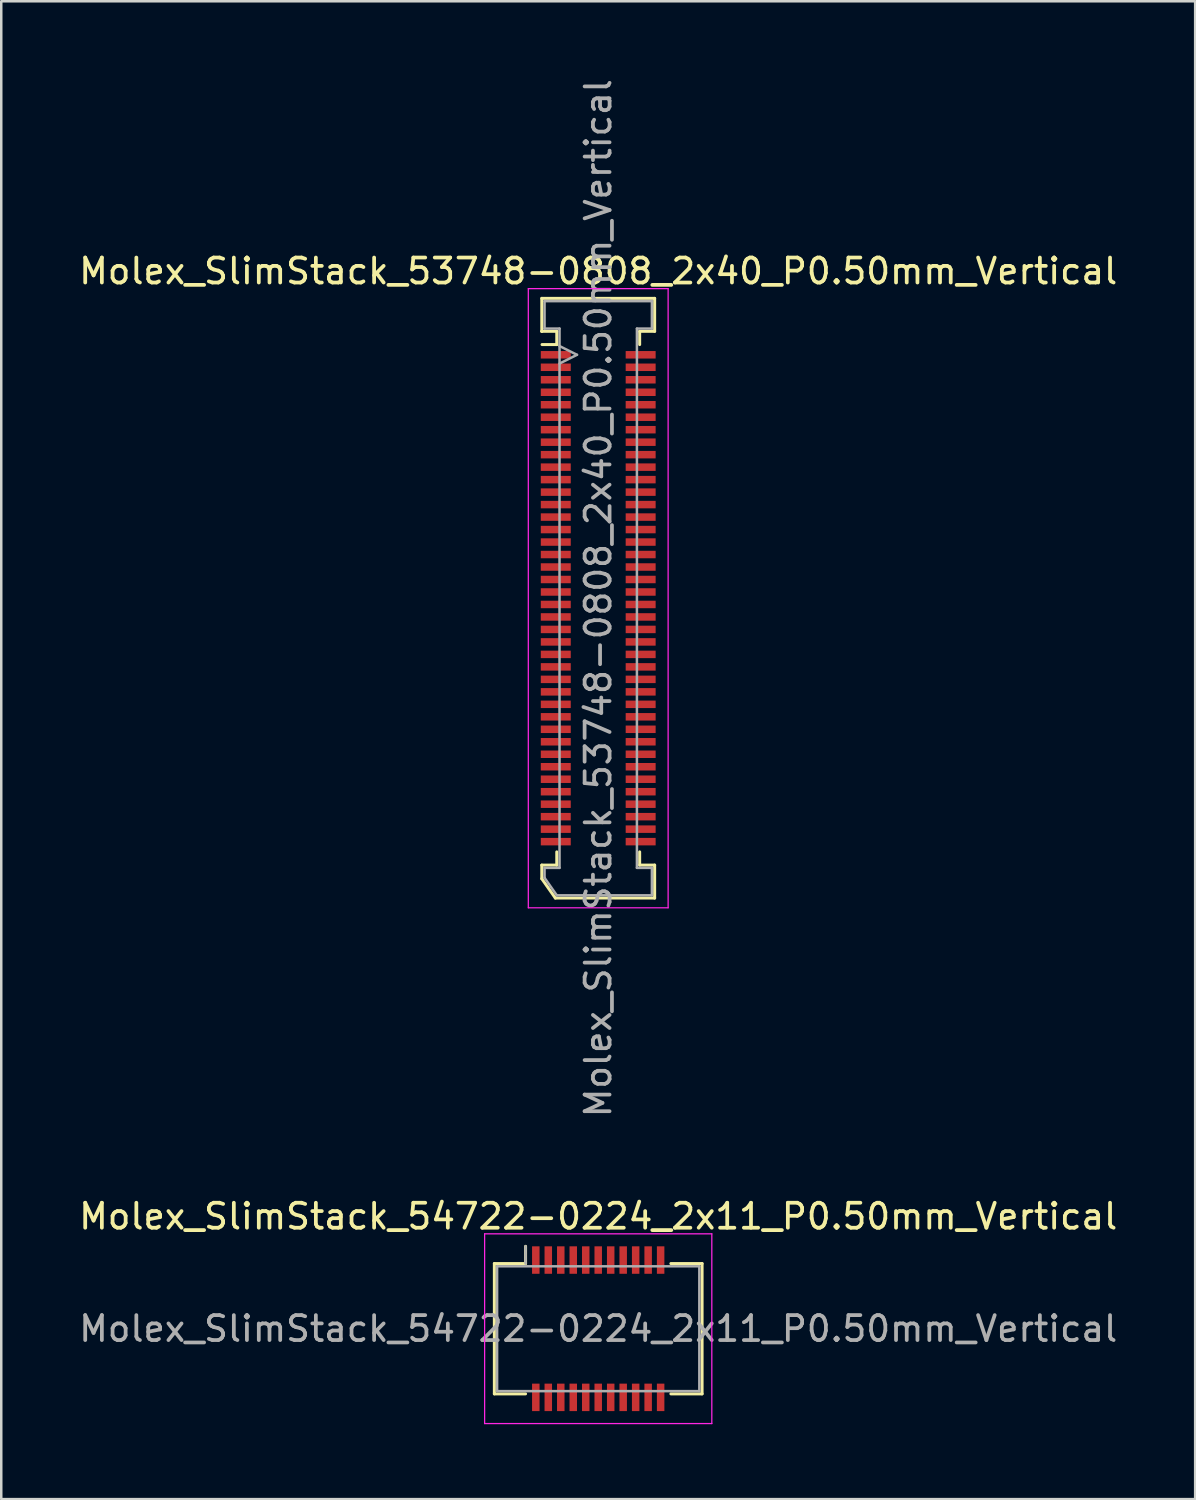
<source format=kicad_pcb>
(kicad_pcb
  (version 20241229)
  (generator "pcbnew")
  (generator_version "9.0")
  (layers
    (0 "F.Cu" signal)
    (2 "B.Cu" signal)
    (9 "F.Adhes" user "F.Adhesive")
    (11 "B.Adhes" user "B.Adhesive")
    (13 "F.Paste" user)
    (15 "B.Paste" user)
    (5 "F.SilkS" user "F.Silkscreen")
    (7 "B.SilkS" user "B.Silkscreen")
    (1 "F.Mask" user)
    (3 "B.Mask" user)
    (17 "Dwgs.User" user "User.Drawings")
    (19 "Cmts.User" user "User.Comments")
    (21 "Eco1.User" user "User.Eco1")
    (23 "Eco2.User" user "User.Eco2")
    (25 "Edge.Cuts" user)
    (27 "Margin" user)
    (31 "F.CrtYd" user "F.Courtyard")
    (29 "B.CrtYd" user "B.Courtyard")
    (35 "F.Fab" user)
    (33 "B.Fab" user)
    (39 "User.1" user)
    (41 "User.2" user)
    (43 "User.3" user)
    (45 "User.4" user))
  (footprint "Molex_SlimStack_53748-0808_2x40_P0.50mm_Vertical"
    (layer "F.Cu")
    (at 20.911 20.911)
    (property "Reference" "Molex_SlimStack_53748-0808_2x40_P0.50mm_Vertical" (at 0 -13.1 0) (layer "F.SilkS") (effects (font (size 1 1) (thickness 0.15))))
    (attr smd)
    (fp_line (start -2.26 -12.01) (end -2.26 -10.69) (stroke (width 0.12) (type solid)) (layer "F.SilkS"))
    (fp_line (start -2.26 -10.69) (end -2.26 -10.69) (stroke (width 0.12) (type solid)) (layer "F.SilkS"))
    (fp_line (start -2.26 -10.69) (end -1.66 -10.69) (stroke (width 0.12) (type solid)) (layer "F.SilkS"))
    (fp_line (start -2.26 10.69) (end -1.66 10.69) (stroke (width 0.12) (type solid)) (layer "F.SilkS"))
    (fp_line (start -2.26 11.235) (end -2.26 10.69) (stroke (width 0.12) (type solid)) (layer "F.SilkS"))
    (fp_line (start -1.717 12.01) (end -2.26 11.235) (stroke (width 0.12) (type solid)) (layer "F.SilkS"))
    (fp_line (start -1.66 -10.69) (end -1.66 -10.16) (stroke (width 0.12) (type solid)) (layer "F.SilkS"))
    (fp_line (start -1.66 -10.16) (end -2.25 -10.16) (stroke (width 0.12) (type solid)) (layer "F.SilkS"))
    (fp_line (start -1.66 10.69) (end -1.66 10.16) (stroke (width 0.12) (type solid)) (layer "F.SilkS"))
    (fp_line (start 1.66 -10.69) (end 2.26 -10.69) (stroke (width 0.12) (type solid)) (layer "F.SilkS"))
    (fp_line (start 1.66 -10.16) (end 1.66 -10.69) (stroke (width 0.12) (type solid)) (layer "F.SilkS"))
    (fp_line (start 1.66 10.16) (end 1.66 10.69) (stroke (width 0.12) (type solid)) (layer "F.SilkS"))
    (fp_line (start 1.66 10.69) (end 2.26 10.69) (stroke (width 0.12) (type solid)) (layer "F.SilkS"))
    (fp_line (start 2.26 -12.01) (end -2.26 -12.01) (stroke (width 0.12) (type solid)) (layer "F.SilkS"))
    (fp_line (start 2.26 -10.69) (end 2.26 -12.01) (stroke (width 0.12) (type solid)) (layer "F.SilkS"))
    (fp_line (start 2.26 10.69) (end 2.26 12.01) (stroke (width 0.12) (type solid)) (layer "F.SilkS"))
    (fp_line (start 2.26 12.01) (end -1.717 12.01) (stroke (width 0.12) (type solid)) (layer "F.SilkS"))
    (fp_line (start -2.8 -12.4) (end -2.8 12.4) (stroke (width 0.05) (type solid)) (layer "F.CrtYd"))
    (fp_line (start -2.8 12.4) (end 2.8 12.4) (stroke (width 0.05) (type solid)) (layer "F.CrtYd"))
    (fp_line (start 2.8 -12.4) (end -2.8 -12.4) (stroke (width 0.05) (type solid)) (layer "F.CrtYd"))
    (fp_line (start 2.8 12.4) (end 2.8 -12.4) (stroke (width 0.05) (type solid)) (layer "F.CrtYd"))
    (fp_line (start -2.15 -11.9) (end -2.15 -10.8) (stroke (width 0.1) (type solid)) (layer "F.Fab"))
    (fp_line (start -2.15 -10.8) (end -1.55 -10.8) (stroke (width 0.1) (type solid)) (layer "F.Fab"))
    (fp_line (start -2.15 10.8) (end -2.15 11.2) (stroke (width 0.1) (type solid)) (layer "F.Fab"))
    (fp_line (start -2.15 11.2) (end -1.66 11.9) (stroke (width 0.1) (type solid)) (layer "F.Fab"))
    (fp_line (start -1.66 11.9) (end 2.15 11.9) (stroke (width 0.1) (type solid)) (layer "F.Fab"))
    (fp_line (start -1.55 -10.8) (end -1.55 10.8) (stroke (width 0.1) (type solid)) (layer "F.Fab"))
    (fp_line (start -1.55 10.8) (end -2.15 10.8) (stroke (width 0.1) (type solid)) (layer "F.Fab"))
    (fp_line (start -0.85 -9.75) (end -1.55 -10.1) (stroke (width 0.1) (type solid)) (layer "F.Fab"))
    (fp_line (start -0.85 -9.75) (end -1.55 -9.4) (stroke (width 0.1) (type solid)) (layer "F.Fab"))
    (fp_line (start 1.55 -10.8) (end 2.15 -10.8) (stroke (width 0.1) (type solid)) (layer "F.Fab"))
    (fp_line (start 1.55 10.8) (end 1.55 -10.8) (stroke (width 0.1) (type solid)) (layer "F.Fab"))
    (fp_line (start 2.15 -11.9) (end -2.15 -11.9) (stroke (width 0.1) (type solid)) (layer "F.Fab"))
    (fp_line (start 2.15 -10.8) (end 2.15 -11.9) (stroke (width 0.1) (type solid)) (layer "F.Fab"))
    (fp_line (start 2.15 10.8) (end 1.55 10.8) (stroke (width 0.1) (type solid)) (layer "F.Fab"))
    (fp_line (start 2.15 11.9) (end 2.15 10.8) (stroke (width 0.1) (type solid)) (layer "F.Fab"))
    (fp_text user "${REFERENCE}" (at 0 0 90) (layer "F.Fab") (effects (font (size 1 1) (thickness 0.15))))
    (pad "1" smd rect (at -1.7 -9.75) (size 1.2 0.3) (layers "F.Cu" "F.Mask" "F.Paste"))
    (pad "2" smd rect (at 1.7 -9.75) (size 1.2 0.3) (layers "F.Cu" "F.Mask" "F.Paste"))
    (pad "3" smd rect (at -1.7 -9.25) (size 1.2 0.3) (layers "F.Cu" "F.Mask" "F.Paste"))
    (pad "4" smd rect (at 1.7 -9.25) (size 1.2 0.3) (layers "F.Cu" "F.Mask" "F.Paste"))
    (pad "5" smd rect (at -1.7 -8.75) (size 1.2 0.3) (layers "F.Cu" "F.Mask" "F.Paste"))
    (pad "6" smd rect (at 1.7 -8.75) (size 1.2 0.3) (layers "F.Cu" "F.Mask" "F.Paste"))
    (pad "7" smd rect (at -1.7 -8.25) (size 1.2 0.3) (layers "F.Cu" "F.Mask" "F.Paste"))
    (pad "8" smd rect (at 1.7 -8.25) (size 1.2 0.3) (layers "F.Cu" "F.Mask" "F.Paste"))
    (pad "9" smd rect (at -1.7 -7.75) (size 1.2 0.3) (layers "F.Cu" "F.Mask" "F.Paste"))
    (pad "10" smd rect (at 1.7 -7.75) (size 1.2 0.3) (layers "F.Cu" "F.Mask" "F.Paste"))
    (pad "11" smd rect (at -1.7 -7.25) (size 1.2 0.3) (layers "F.Cu" "F.Mask" "F.Paste"))
    (pad "12" smd rect (at 1.7 -7.25) (size 1.2 0.3) (layers "F.Cu" "F.Mask" "F.Paste"))
    (pad "13" smd rect (at -1.7 -6.75) (size 1.2 0.3) (layers "F.Cu" "F.Mask" "F.Paste"))
    (pad "14" smd rect (at 1.7 -6.75) (size 1.2 0.3) (layers "F.Cu" "F.Mask" "F.Paste"))
    (pad "15" smd rect (at -1.7 -6.25) (size 1.2 0.3) (layers "F.Cu" "F.Mask" "F.Paste"))
    (pad "16" smd rect (at 1.7 -6.25) (size 1.2 0.3) (layers "F.Cu" "F.Mask" "F.Paste"))
    (pad "17" smd rect (at -1.7 -5.75) (size 1.2 0.3) (layers "F.Cu" "F.Mask" "F.Paste"))
    (pad "18" smd rect (at 1.7 -5.75) (size 1.2 0.3) (layers "F.Cu" "F.Mask" "F.Paste"))
    (pad "19" smd rect (at -1.7 -5.25) (size 1.2 0.3) (layers "F.Cu" "F.Mask" "F.Paste"))
    (pad "20" smd rect (at 1.7 -5.25) (size 1.2 0.3) (layers "F.Cu" "F.Mask" "F.Paste"))
    (pad "21" smd rect (at -1.7 -4.75) (size 1.2 0.3) (layers "F.Cu" "F.Mask" "F.Paste"))
    (pad "22" smd rect (at 1.7 -4.75) (size 1.2 0.3) (layers "F.Cu" "F.Mask" "F.Paste"))
    (pad "23" smd rect (at -1.7 -4.25) (size 1.2 0.3) (layers "F.Cu" "F.Mask" "F.Paste"))
    (pad "24" smd rect (at 1.7 -4.25) (size 1.2 0.3) (layers "F.Cu" "F.Mask" "F.Paste"))
    (pad "25" smd rect (at -1.7 -3.75) (size 1.2 0.3) (layers "F.Cu" "F.Mask" "F.Paste"))
    (pad "26" smd rect (at 1.7 -3.75) (size 1.2 0.3) (layers "F.Cu" "F.Mask" "F.Paste"))
    (pad "27" smd rect (at -1.7 -3.25) (size 1.2 0.3) (layers "F.Cu" "F.Mask" "F.Paste"))
    (pad "28" smd rect (at 1.7 -3.25) (size 1.2 0.3) (layers "F.Cu" "F.Mask" "F.Paste"))
    (pad "29" smd rect (at -1.7 -2.75) (size 1.2 0.3) (layers "F.Cu" "F.Mask" "F.Paste"))
    (pad "30" smd rect (at 1.7 -2.75) (size 1.2 0.3) (layers "F.Cu" "F.Mask" "F.Paste"))
    (pad "31" smd rect (at -1.7 -2.25) (size 1.2 0.3) (layers "F.Cu" "F.Mask" "F.Paste"))
    (pad "32" smd rect (at 1.7 -2.25) (size 1.2 0.3) (layers "F.Cu" "F.Mask" "F.Paste"))
    (pad "33" smd rect (at -1.7 -1.75) (size 1.2 0.3) (layers "F.Cu" "F.Mask" "F.Paste"))
    (pad "34" smd rect (at 1.7 -1.75) (size 1.2 0.3) (layers "F.Cu" "F.Mask" "F.Paste"))
    (pad "35" smd rect (at -1.7 -1.25) (size 1.2 0.3) (layers "F.Cu" "F.Mask" "F.Paste"))
    (pad "36" smd rect (at 1.7 -1.25) (size 1.2 0.3) (layers "F.Cu" "F.Mask" "F.Paste"))
    (pad "37" smd rect (at -1.7 -0.75) (size 1.2 0.3) (layers "F.Cu" "F.Mask" "F.Paste"))
    (pad "38" smd rect (at 1.7 -0.75) (size 1.2 0.3) (layers "F.Cu" "F.Mask" "F.Paste"))
    (pad "39" smd rect (at -1.7 -0.25) (size 1.2 0.3) (layers "F.Cu" "F.Mask" "F.Paste"))
    (pad "40" smd rect (at 1.7 -0.25) (size 1.2 0.3) (layers "F.Cu" "F.Mask" "F.Paste"))
    (pad "41" smd rect (at -1.7 0.25) (size 1.2 0.3) (layers "F.Cu" "F.Mask" "F.Paste"))
    (pad "42" smd rect (at 1.7 0.25) (size 1.2 0.3) (layers "F.Cu" "F.Mask" "F.Paste"))
    (pad "43" smd rect (at -1.7 0.75) (size 1.2 0.3) (layers "F.Cu" "F.Mask" "F.Paste"))
    (pad "44" smd rect (at 1.7 0.75) (size 1.2 0.3) (layers "F.Cu" "F.Mask" "F.Paste"))
    (pad "45" smd rect (at -1.7 1.25) (size 1.2 0.3) (layers "F.Cu" "F.Mask" "F.Paste"))
    (pad "46" smd rect (at 1.7 1.25) (size 1.2 0.3) (layers "F.Cu" "F.Mask" "F.Paste"))
    (pad "47" smd rect (at -1.7 1.75) (size 1.2 0.3) (layers "F.Cu" "F.Mask" "F.Paste"))
    (pad "48" smd rect (at 1.7 1.75) (size 1.2 0.3) (layers "F.Cu" "F.Mask" "F.Paste"))
    (pad "49" smd rect (at -1.7 2.25) (size 1.2 0.3) (layers "F.Cu" "F.Mask" "F.Paste"))
    (pad "50" smd rect (at 1.7 2.25) (size 1.2 0.3) (layers "F.Cu" "F.Mask" "F.Paste"))
    (pad "51" smd rect (at -1.7 2.75) (size 1.2 0.3) (layers "F.Cu" "F.Mask" "F.Paste"))
    (pad "52" smd rect (at 1.7 2.75) (size 1.2 0.3) (layers "F.Cu" "F.Mask" "F.Paste"))
    (pad "53" smd rect (at -1.7 3.25) (size 1.2 0.3) (layers "F.Cu" "F.Mask" "F.Paste"))
    (pad "54" smd rect (at 1.7 3.25) (size 1.2 0.3) (layers "F.Cu" "F.Mask" "F.Paste"))
    (pad "55" smd rect (at -1.7 3.75) (size 1.2 0.3) (layers "F.Cu" "F.Mask" "F.Paste"))
    (pad "56" smd rect (at 1.7 3.75) (size 1.2 0.3) (layers "F.Cu" "F.Mask" "F.Paste"))
    (pad "57" smd rect (at -1.7 4.25) (size 1.2 0.3) (layers "F.Cu" "F.Mask" "F.Paste"))
    (pad "58" smd rect (at 1.7 4.25) (size 1.2 0.3) (layers "F.Cu" "F.Mask" "F.Paste"))
    (pad "59" smd rect (at -1.7 4.75) (size 1.2 0.3) (layers "F.Cu" "F.Mask" "F.Paste"))
    (pad "60" smd rect (at 1.7 4.75) (size 1.2 0.3) (layers "F.Cu" "F.Mask" "F.Paste"))
    (pad "61" smd rect (at -1.7 5.25) (size 1.2 0.3) (layers "F.Cu" "F.Mask" "F.Paste"))
    (pad "62" smd rect (at 1.7 5.25) (size 1.2 0.3) (layers "F.Cu" "F.Mask" "F.Paste"))
    (pad "63" smd rect (at -1.7 5.75) (size 1.2 0.3) (layers "F.Cu" "F.Mask" "F.Paste"))
    (pad "64" smd rect (at 1.7 5.75) (size 1.2 0.3) (layers "F.Cu" "F.Mask" "F.Paste"))
    (pad "65" smd rect (at -1.7 6.25) (size 1.2 0.3) (layers "F.Cu" "F.Mask" "F.Paste"))
    (pad "66" smd rect (at 1.7 6.25) (size 1.2 0.3) (layers "F.Cu" "F.Mask" "F.Paste"))
    (pad "67" smd rect (at -1.7 6.75) (size 1.2 0.3) (layers "F.Cu" "F.Mask" "F.Paste"))
    (pad "68" smd rect (at 1.7 6.75) (size 1.2 0.3) (layers "F.Cu" "F.Mask" "F.Paste"))
    (pad "69" smd rect (at -1.7 7.25) (size 1.2 0.3) (layers "F.Cu" "F.Mask" "F.Paste"))
    (pad "70" smd rect (at 1.7 7.25) (size 1.2 0.3) (layers "F.Cu" "F.Mask" "F.Paste"))
    (pad "71" smd rect (at -1.7 7.75) (size 1.2 0.3) (layers "F.Cu" "F.Mask" "F.Paste"))
    (pad "72" smd rect (at 1.7 7.75) (size 1.2 0.3) (layers "F.Cu" "F.Mask" "F.Paste"))
    (pad "73" smd rect (at -1.7 8.25) (size 1.2 0.3) (layers "F.Cu" "F.Mask" "F.Paste"))
    (pad "74" smd rect (at 1.7 8.25) (size 1.2 0.3) (layers "F.Cu" "F.Mask" "F.Paste"))
    (pad "75" smd rect (at -1.7 8.75) (size 1.2 0.3) (layers "F.Cu" "F.Mask" "F.Paste"))
    (pad "76" smd rect (at 1.7 8.75) (size 1.2 0.3) (layers "F.Cu" "F.Mask" "F.Paste"))
    (pad "77" smd rect (at -1.7 9.25) (size 1.2 0.3) (layers "F.Cu" "F.Mask" "F.Paste"))
    (pad "78" smd rect (at 1.7 9.25) (size 1.2 0.3) (layers "F.Cu" "F.Mask" "F.Paste"))
    (pad "79" smd rect (at -1.7 9.75) (size 1.2 0.3) (layers "F.Cu" "F.Mask" "F.Paste"))
    (pad "80" smd rect (at 1.7 9.75) (size 1.2 0.3) (layers "F.Cu" "F.Mask" "F.Paste")))
  (footprint "Molex_SlimStack_54722-0224_2x11_P0.50mm_Vertical"
    (layer "F.Cu")
    (at 20.911 50.17)
    (property "Reference" "Molex_SlimStack_54722-0224_2x11_P0.50mm_Vertical" (at 0 -4.5 0) (layer "F.SilkS") (effects (font (size 1 1) (thickness 0.15))))
    (attr smd)
    (fp_line (start -4.16 -2.61) (end -2.91 -2.61) (stroke (width 0.12) (type solid)) (layer "F.SilkS"))
    (fp_line (start -4.16 2.61) (end -4.16 -2.61) (stroke (width 0.12) (type solid)) (layer "F.SilkS"))
    (fp_line (start -2.91 -2.61) (end -2.91 -3.3) (stroke (width 0.12) (type solid)) (layer "F.SilkS"))
    (fp_line (start -2.91 2.61) (end -4.16 2.61) (stroke (width 0.12) (type solid)) (layer "F.SilkS"))
    (fp_line (start 2.91 2.61) (end 4.16 2.61) (stroke (width 0.12) (type solid)) (layer "F.SilkS"))
    (fp_line (start 4.16 -2.61) (end 2.91 -2.61) (stroke (width 0.12) (type solid)) (layer "F.SilkS"))
    (fp_line (start 4.16 2.61) (end 4.16 -2.61) (stroke (width 0.12) (type solid)) (layer "F.SilkS"))
    (fp_line (start -4.55 -3.8) (end -4.55 3.8) (stroke (width 0.05) (type solid)) (layer "F.CrtYd"))
    (fp_line (start -4.55 3.8) (end 4.55 3.8) (stroke (width 0.05) (type solid)) (layer "F.CrtYd"))
    (fp_line (start 4.55 -3.8) (end -4.55 -3.8) (stroke (width 0.05) (type solid)) (layer "F.CrtYd"))
    (fp_line (start 4.55 3.8) (end 4.55 -3.8) (stroke (width 0.05) (type solid)) (layer "F.CrtYd"))
    (fp_line (start -4.05 -2.5) (end -4.05 2.5) (stroke (width 0.1) (type solid)) (layer "F.Fab"))
    (fp_line (start -4.05 2.5) (end 4.05 2.5) (stroke (width 0.1) (type solid)) (layer "F.Fab"))
    (fp_line (start -2.91 -2.61) (end -2.91 -3.3) (stroke (width 0.1) (type solid)) (layer "F.Fab"))
    (fp_line (start 4.05 -2.5) (end -4.05 -2.5) (stroke (width 0.1) (type solid)) (layer "F.Fab"))
    (fp_line (start 4.05 2.5) (end 4.05 -2.5) (stroke (width 0.1) (type solid)) (layer "F.Fab"))
    (fp_text user "${REFERENCE}" (at 0 0 0) (layer "F.Fab") (effects (font (size 1 1) (thickness 0.15))))
    (pad "1" smd rect (at -2.5 -2.75) (size 0.3 1.1) (layers "F.Cu" "F.Mask" "F.Paste"))
    (pad "2" smd rect (at -2.5 2.75) (size 0.3 1.1) (layers "F.Cu" "F.Mask" "F.Paste"))
    (pad "3" smd rect (at -2 -2.75) (size 0.3 1.1) (layers "F.Cu" "F.Mask" "F.Paste"))
    (pad "4" smd rect (at -2 2.75) (size 0.3 1.1) (layers "F.Cu" "F.Mask" "F.Paste"))
    (pad "5" smd rect (at -1.5 -2.75) (size 0.3 1.1) (layers "F.Cu" "F.Mask" "F.Paste"))
    (pad "6" smd rect (at -1.5 2.75) (size 0.3 1.1) (layers "F.Cu" "F.Mask" "F.Paste"))
    (pad "7" smd rect (at -1 -2.75) (size 0.3 1.1) (layers "F.Cu" "F.Mask" "F.Paste"))
    (pad "8" smd rect (at -1 2.75) (size 0.3 1.1) (layers "F.Cu" "F.Mask" "F.Paste"))
    (pad "9" smd rect (at -0.5 -2.75) (size 0.3 1.1) (layers "F.Cu" "F.Mask" "F.Paste"))
    (pad "10" smd rect (at -0.5 2.75) (size 0.3 1.1) (layers "F.Cu" "F.Mask" "F.Paste"))
    (pad "11" smd rect (at 0 -2.75) (size 0.3 1.1) (layers "F.Cu" "F.Mask" "F.Paste"))
    (pad "12" smd rect (at 0 2.75) (size 0.3 1.1) (layers "F.Cu" "F.Mask" "F.Paste"))
    (pad "13" smd rect (at 0.5 -2.75) (size 0.3 1.1) (layers "F.Cu" "F.Mask" "F.Paste"))
    (pad "14" smd rect (at 0.5 2.75) (size 0.3 1.1) (layers "F.Cu" "F.Mask" "F.Paste"))
    (pad "15" smd rect (at 1 -2.75) (size 0.3 1.1) (layers "F.Cu" "F.Mask" "F.Paste"))
    (pad "16" smd rect (at 1 2.75) (size 0.3 1.1) (layers "F.Cu" "F.Mask" "F.Paste"))
    (pad "17" smd rect (at 1.5 -2.75) (size 0.3 1.1) (layers "F.Cu" "F.Mask" "F.Paste"))
    (pad "18" smd rect (at 1.5 2.75) (size 0.3 1.1) (layers "F.Cu" "F.Mask" "F.Paste"))
    (pad "19" smd rect (at 2 -2.75) (size 0.3 1.1) (layers "F.Cu" "F.Mask" "F.Paste"))
    (pad "20" smd rect (at 2 2.75) (size 0.3 1.1) (layers "F.Cu" "F.Mask" "F.Paste"))
    (pad "21" smd rect (at 2.5 -2.75) (size 0.3 1.1) (layers "F.Cu" "F.Mask" "F.Paste"))
    (pad "22" smd rect (at 2.5 2.75) (size 0.3 1.1) (layers "F.Cu" "F.Mask" "F.Paste")))
  (gr_rect
    (start -3 -3)
    (end 44.821 56.995)
    (stroke (width 0.1) (type default))
    (fill no)
    (layer "Edge.Cuts")))
</source>
